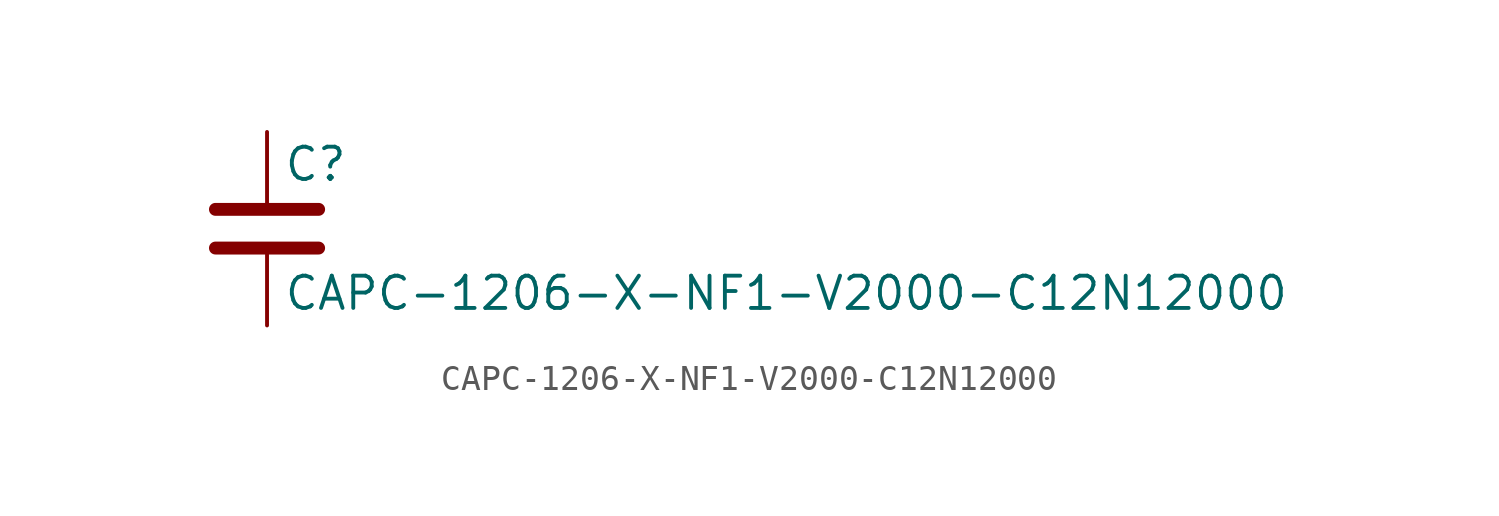
<source format=kicad_sym>
(kicad_symbol_lib
  (version 20211014)
  (generator kicad_symbol_editor)
  (symbol "CAPC-1206-X-NF1-V2000-C12N12000"
    (pin_numbers hide)
    (pin_names
      (offset 0.254))
    (property "Reference" "C"
      (at 0.635 2.54 0)
      (effects (font (size 1.27 1.27)) (justify left)))
    (property "Value" "CAPC-1206-X-NF1-V2000-C12N12000"
      (at 0.635 -2.54 0)
      (effects (font (size 1.27 1.27)) (justify left)))
    (symbol "CAPC-1206-X-NF1-V2000-C12N12000_0_1"
      (polyline (pts (xy -2.032 -0.762) (xy 2.032 -0.762)) (stroke (width 0.508) (type default) (color 0 0 0 0)) (fill (type none)))
      (polyline (pts (xy -2.032 0.762) (xy 2.032 0.762)) (stroke (width 0.508) (type default) (color 0 0 0 0)) (fill (type none))))
    (symbol "CAPC-1206-X-NF1-V2000-C12N12000_1_1"
      (pin passive line (at 0 3.81 270) (length 2.794) (name "~" (effects (font (size 1.27 1.27)))) (number "1" (effects (font (size 1.27 1.27)))))
      (pin passive line (at 0 -3.81 90) (length 2.794) (name "~" (effects (font (size 1.27 1.27)))) (number "2" (effects (font (size 1.27 1.27))))))))
</source>
